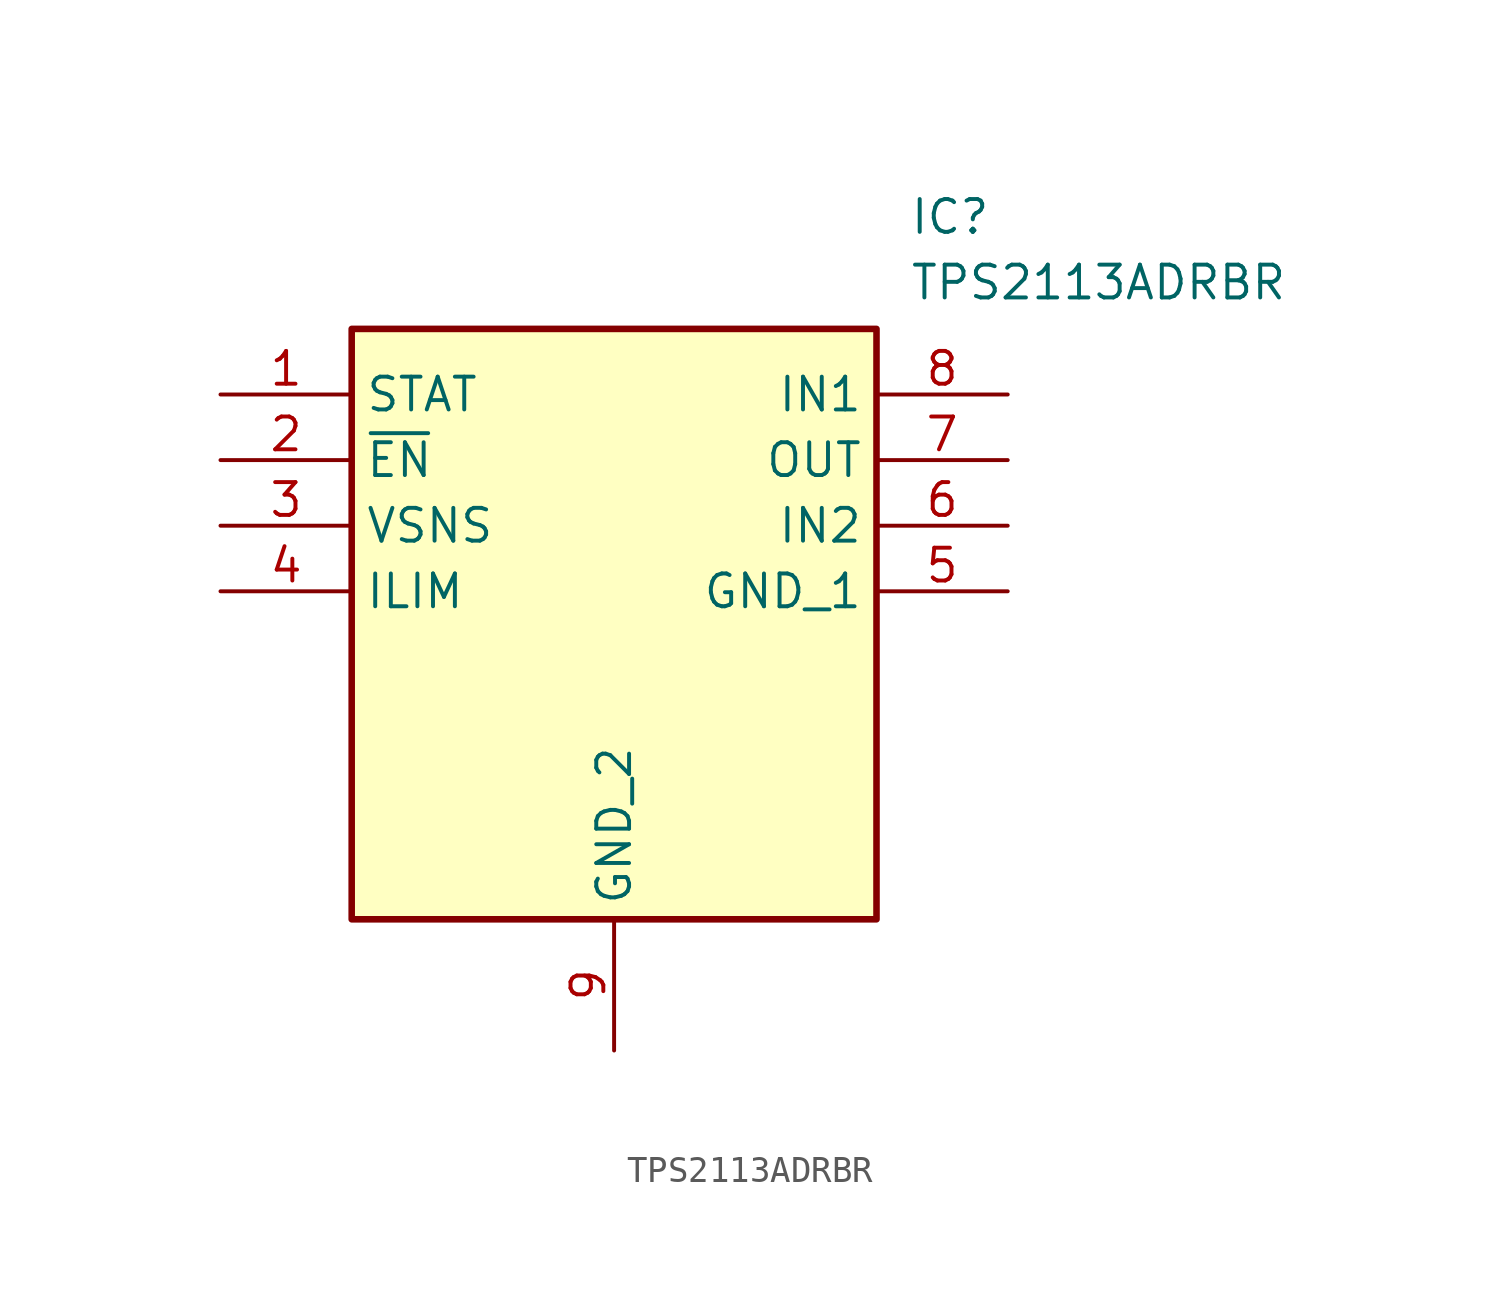
<source format=kicad_sym>
(kicad_symbol_lib
  (version 20231120)
  (generator "kicad_symbol_editor")
  (generator_version "8.0")
  (symbol "TPS2113ADRBR"
    (property "Reference" "IC"
      (at 26.67 7.62 0)
      (effects (font (size 1.27 1.27)) (justify left top)))
    (property "Value" "TPS2113ADRBR"
      (at 26.67 5.08 0)
      (effects (font (size 1.27 1.27)) (justify left top)))
    (symbol "TPS2113ADRBR_1_1"
      (rectangle (start 5.08 2.54) (end 25.4 -20.32) (stroke (width 0.254) (type default)) (fill (type background)))
      (pin passive line (at 0 0 0) (length 5.08) (name "STAT" (effects (font (size 1.27 1.27)))) (number "1" (effects (font (size 1.27 1.27)))))
      (pin passive line (at 0 -2.54 0) (length 5.08) (name "~{EN}" (effects (font (size 1.27 1.27)))) (number "2" (effects (font (size 1.27 1.27)))))
      (pin passive line (at 0 -5.08 0) (length 5.08) (name "VSNS" (effects (font (size 1.27 1.27)))) (number "3" (effects (font (size 1.27 1.27)))))
      (pin passive line (at 0 -7.62 0) (length 5.08) (name "ILIM" (effects (font (size 1.27 1.27)))) (number "4" (effects (font (size 1.27 1.27)))))
      (pin passive line (at 30.48 -7.62 180) (length 5.08) (name "GND_1" (effects (font (size 1.27 1.27)))) (number "5" (effects (font (size 1.27 1.27)))))
      (pin passive line (at 30.48 -5.08 180) (length 5.08) (name "IN2" (effects (font (size 1.27 1.27)))) (number "6" (effects (font (size 1.27 1.27)))))
      (pin passive line (at 30.48 -2.54 180) (length 5.08) (name "OUT" (effects (font (size 1.27 1.27)))) (number "7" (effects (font (size 1.27 1.27)))))
      (pin passive line (at 30.48 0 180) (length 5.08) (name "IN1" (effects (font (size 1.27 1.27)))) (number "8" (effects (font (size 1.27 1.27)))))
      (pin passive line (at 15.24 -25.4 90) (length 5.08) (name "GND_2" (effects (font (size 1.27 1.27)))) (number "9" (effects (font (size 1.27 1.27))))))))
</source>
